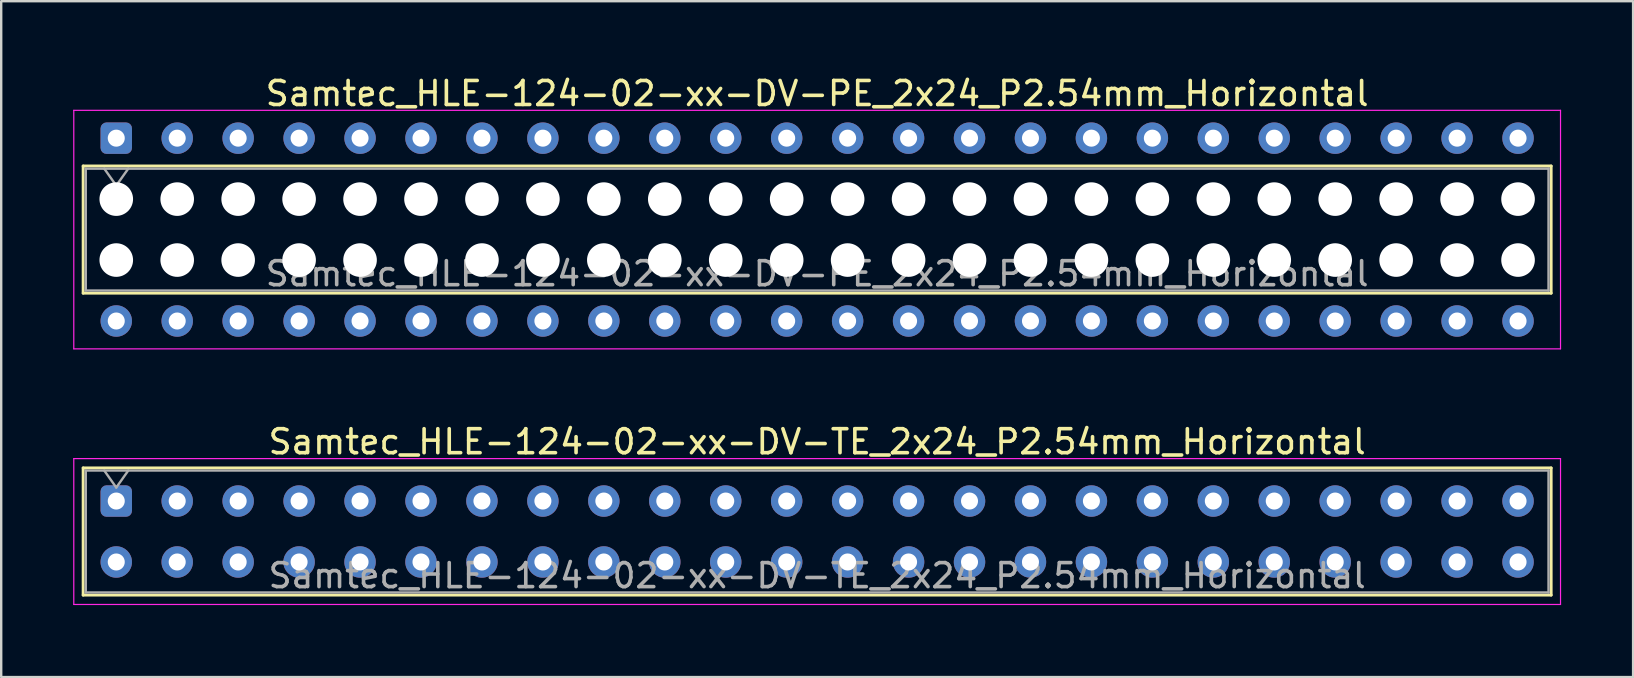
<source format=kicad_pcb>
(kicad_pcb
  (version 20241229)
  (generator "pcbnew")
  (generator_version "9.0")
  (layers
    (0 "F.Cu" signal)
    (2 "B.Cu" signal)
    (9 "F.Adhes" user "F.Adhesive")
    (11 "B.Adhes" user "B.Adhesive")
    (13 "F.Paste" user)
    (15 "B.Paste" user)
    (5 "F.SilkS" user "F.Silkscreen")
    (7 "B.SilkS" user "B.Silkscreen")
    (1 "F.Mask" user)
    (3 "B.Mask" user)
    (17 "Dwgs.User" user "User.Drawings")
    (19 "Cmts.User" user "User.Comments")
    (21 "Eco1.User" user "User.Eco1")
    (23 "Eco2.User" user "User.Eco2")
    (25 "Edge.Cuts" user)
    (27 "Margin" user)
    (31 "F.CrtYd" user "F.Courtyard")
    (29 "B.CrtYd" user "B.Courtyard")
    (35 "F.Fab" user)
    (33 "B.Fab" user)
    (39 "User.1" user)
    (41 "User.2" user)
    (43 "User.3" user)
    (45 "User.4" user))
  (footprint "Samtec_HLE-124-02-xx-DV-PE_2x24_P2.54mm_Horizontal"
    (layer "F.Cu")
    (at 1.795 2.708)
    (property "Reference" "Samtec_HLE-124-02-xx-DV-PE_2x24_P2.54mm_Horizontal" (at 29.21 -1.86 0) (layer "F.SilkS") (effects (font (size 1 1) (thickness 0.15))))
    (attr through_hole)
    (fp_line (start -1.38 1.16) (end 59.8 1.16) (stroke (width 0.12) (type solid)) (layer "F.SilkS"))
    (fp_line (start -1.38 6.46) (end -1.38 1.16) (stroke (width 0.12) (type solid)) (layer "F.SilkS"))
    (fp_line (start 59.8 1.16) (end 59.8 6.46) (stroke (width 0.12) (type solid)) (layer "F.SilkS"))
    (fp_line (start 59.8 6.46) (end -1.38 6.46) (stroke (width 0.12) (type solid)) (layer "F.SilkS"))
    (fp_line (start -1.77 -1.16) (end 60.19 -1.16) (stroke (width 0.05) (type solid)) (layer "F.CrtYd"))
    (fp_line (start -1.77 8.78) (end -1.77 -1.16) (stroke (width 0.05) (type solid)) (layer "F.CrtYd"))
    (fp_line (start 60.19 -1.16) (end 60.19 8.78) (stroke (width 0.05) (type solid)) (layer "F.CrtYd"))
    (fp_line (start 60.19 8.78) (end -1.77 8.78) (stroke (width 0.05) (type solid)) (layer "F.CrtYd"))
    (fp_line (start -1.27 1.27) (end 59.69 1.27) (stroke (width 0.1) (type solid)) (layer "F.Fab"))
    (fp_line (start -1.27 6.35) (end -1.27 1.27) (stroke (width 0.1) (type solid)) (layer "F.Fab"))
    (fp_line (start -0.5 1.27) (end 0 1.977) (stroke (width 0.1) (type solid)) (layer "F.Fab"))
    (fp_line (start 0 1.977) (end 0.5 1.27) (stroke (width 0.1) (type solid)) (layer "F.Fab"))
    (fp_line (start 59.69 1.27) (end 59.69 6.35) (stroke (width 0.1) (type solid)) (layer "F.Fab"))
    (fp_line (start 59.69 6.35) (end -1.27 6.35) (stroke (width 0.1) (type solid)) (layer "F.Fab"))
    (fp_text user "${REFERENCE}" (at 29.21 5.65 0) (layer "F.Fab") (effects (font (size 1 1) (thickness 0.15))))
    (pad "" np_thru_hole circle (at 0 2.54) (size 1.4 1.4) (drill 1.4) (layers "*.Cu" "*.Mask"))
    (pad "" np_thru_hole circle (at 0 5.08) (size 1.4 1.4) (drill 1.4) (layers "*.Cu" "*.Mask"))
    (pad "" np_thru_hole circle (at 2.54 2.54) (size 1.4 1.4) (drill 1.4) (layers "*.Cu" "*.Mask"))
    (pad "" np_thru_hole circle (at 2.54 5.08) (size 1.4 1.4) (drill 1.4) (layers "*.Cu" "*.Mask"))
    (pad "" np_thru_hole circle (at 5.08 2.54) (size 1.4 1.4) (drill 1.4) (layers "*.Cu" "*.Mask"))
    (pad "" np_thru_hole circle (at 5.08 5.08) (size 1.4 1.4) (drill 1.4) (layers "*.Cu" "*.Mask"))
    (pad "" np_thru_hole circle (at 7.62 2.54) (size 1.4 1.4) (drill 1.4) (layers "*.Cu" "*.Mask"))
    (pad "" np_thru_hole circle (at 7.62 5.08) (size 1.4 1.4) (drill 1.4) (layers "*.Cu" "*.Mask"))
    (pad "" np_thru_hole circle (at 10.16 2.54) (size 1.4 1.4) (drill 1.4) (layers "*.Cu" "*.Mask"))
    (pad "" np_thru_hole circle (at 10.16 5.08) (size 1.4 1.4) (drill 1.4) (layers "*.Cu" "*.Mask"))
    (pad "" np_thru_hole circle (at 12.7 2.54) (size 1.4 1.4) (drill 1.4) (layers "*.Cu" "*.Mask"))
    (pad "" np_thru_hole circle (at 12.7 5.08) (size 1.4 1.4) (drill 1.4) (layers "*.Cu" "*.Mask"))
    (pad "" np_thru_hole circle (at 15.24 2.54) (size 1.4 1.4) (drill 1.4) (layers "*.Cu" "*.Mask"))
    (pad "" np_thru_hole circle (at 15.24 5.08) (size 1.4 1.4) (drill 1.4) (layers "*.Cu" "*.Mask"))
    (pad "" np_thru_hole circle (at 17.78 2.54) (size 1.4 1.4) (drill 1.4) (layers "*.Cu" "*.Mask"))
    (pad "" np_thru_hole circle (at 17.78 5.08) (size 1.4 1.4) (drill 1.4) (layers "*.Cu" "*.Mask"))
    (pad "" np_thru_hole circle (at 20.32 2.54) (size 1.4 1.4) (drill 1.4) (layers "*.Cu" "*.Mask"))
    (pad "" np_thru_hole circle (at 20.32 5.08) (size 1.4 1.4) (drill 1.4) (layers "*.Cu" "*.Mask"))
    (pad "" np_thru_hole circle (at 22.86 2.54) (size 1.4 1.4) (drill 1.4) (layers "*.Cu" "*.Mask"))
    (pad "" np_thru_hole circle (at 22.86 5.08) (size 1.4 1.4) (drill 1.4) (layers "*.Cu" "*.Mask"))
    (pad "" np_thru_hole circle (at 25.4 2.54) (size 1.4 1.4) (drill 1.4) (layers "*.Cu" "*.Mask"))
    (pad "" np_thru_hole circle (at 25.4 5.08) (size 1.4 1.4) (drill 1.4) (layers "*.Cu" "*.Mask"))
    (pad "" np_thru_hole circle (at 27.94 2.54) (size 1.4 1.4) (drill 1.4) (layers "*.Cu" "*.Mask"))
    (pad "" np_thru_hole circle (at 27.94 5.08) (size 1.4 1.4) (drill 1.4) (layers "*.Cu" "*.Mask"))
    (pad "" np_thru_hole circle (at 30.48 2.54) (size 1.4 1.4) (drill 1.4) (layers "*.Cu" "*.Mask"))
    (pad "" np_thru_hole circle (at 30.48 5.08) (size 1.4 1.4) (drill 1.4) (layers "*.Cu" "*.Mask"))
    (pad "" np_thru_hole circle (at 33.02 2.54) (size 1.4 1.4) (drill 1.4) (layers "*.Cu" "*.Mask"))
    (pad "" np_thru_hole circle (at 33.02 5.08) (size 1.4 1.4) (drill 1.4) (layers "*.Cu" "*.Mask"))
    (pad "" np_thru_hole circle (at 35.56 2.54) (size 1.4 1.4) (drill 1.4) (layers "*.Cu" "*.Mask"))
    (pad "" np_thru_hole circle (at 35.56 5.08) (size 1.4 1.4) (drill 1.4) (layers "*.Cu" "*.Mask"))
    (pad "" np_thru_hole circle (at 38.1 2.54) (size 1.4 1.4) (drill 1.4) (layers "*.Cu" "*.Mask"))
    (pad "" np_thru_hole circle (at 38.1 5.08) (size 1.4 1.4) (drill 1.4) (layers "*.Cu" "*.Mask"))
    (pad "" np_thru_hole circle (at 40.64 2.54) (size 1.4 1.4) (drill 1.4) (layers "*.Cu" "*.Mask"))
    (pad "" np_thru_hole circle (at 40.64 5.08) (size 1.4 1.4) (drill 1.4) (layers "*.Cu" "*.Mask"))
    (pad "" np_thru_hole circle (at 43.18 2.54) (size 1.4 1.4) (drill 1.4) (layers "*.Cu" "*.Mask"))
    (pad "" np_thru_hole circle (at 43.18 5.08) (size 1.4 1.4) (drill 1.4) (layers "*.Cu" "*.Mask"))
    (pad "" np_thru_hole circle (at 45.72 2.54) (size 1.4 1.4) (drill 1.4) (layers "*.Cu" "*.Mask"))
    (pad "" np_thru_hole circle (at 45.72 5.08) (size 1.4 1.4) (drill 1.4) (layers "*.Cu" "*.Mask"))
    (pad "" np_thru_hole circle (at 48.26 2.54) (size 1.4 1.4) (drill 1.4) (layers "*.Cu" "*.Mask"))
    (pad "" np_thru_hole circle (at 48.26 5.08) (size 1.4 1.4) (drill 1.4) (layers "*.Cu" "*.Mask"))
    (pad "" np_thru_hole circle (at 50.8 2.54) (size 1.4 1.4) (drill 1.4) (layers "*.Cu" "*.Mask"))
    (pad "" np_thru_hole circle (at 50.8 5.08) (size 1.4 1.4) (drill 1.4) (layers "*.Cu" "*.Mask"))
    (pad "" np_thru_hole circle (at 53.34 2.54) (size 1.4 1.4) (drill 1.4) (layers "*.Cu" "*.Mask"))
    (pad "" np_thru_hole circle (at 53.34 5.08) (size 1.4 1.4) (drill 1.4) (layers "*.Cu" "*.Mask"))
    (pad "" np_thru_hole circle (at 55.88 2.54) (size 1.4 1.4) (drill 1.4) (layers "*.Cu" "*.Mask"))
    (pad "" np_thru_hole circle (at 55.88 5.08) (size 1.4 1.4) (drill 1.4) (layers "*.Cu" "*.Mask"))
    (pad "" np_thru_hole circle (at 58.42 2.54) (size 1.4 1.4) (drill 1.4) (layers "*.Cu" "*.Mask"))
    (pad "" np_thru_hole circle (at 58.42 5.08) (size 1.4 1.4) (drill 1.4) (layers "*.Cu" "*.Mask"))
    (pad "1" thru_hole roundrect (at 0 0) (size 1.31 1.31) (drill 0.71) (layers "*.Cu" "*.Mask") (roundrect_rratio 0.191))
    (pad "2" thru_hole circle (at 0 7.62) (size 1.31 1.31) (drill 0.71) (layers "*.Cu" "*.Mask"))
    (pad "3" thru_hole circle (at 2.54 0) (size 1.31 1.31) (drill 0.71) (layers "*.Cu" "*.Mask"))
    (pad "4" thru_hole circle (at 2.54 7.62) (size 1.31 1.31) (drill 0.71) (layers "*.Cu" "*.Mask"))
    (pad "5" thru_hole circle (at 5.08 0) (size 1.31 1.31) (drill 0.71) (layers "*.Cu" "*.Mask"))
    (pad "6" thru_hole circle (at 5.08 7.62) (size 1.31 1.31) (drill 0.71) (layers "*.Cu" "*.Mask"))
    (pad "7" thru_hole circle (at 7.62 0) (size 1.31 1.31) (drill 0.71) (layers "*.Cu" "*.Mask"))
    (pad "8" thru_hole circle (at 7.62 7.62) (size 1.31 1.31) (drill 0.71) (layers "*.Cu" "*.Mask"))
    (pad "9" thru_hole circle (at 10.16 0) (size 1.31 1.31) (drill 0.71) (layers "*.Cu" "*.Mask"))
    (pad "10" thru_hole circle (at 10.16 7.62) (size 1.31 1.31) (drill 0.71) (layers "*.Cu" "*.Mask"))
    (pad "11" thru_hole circle (at 12.7 0) (size 1.31 1.31) (drill 0.71) (layers "*.Cu" "*.Mask"))
    (pad "12" thru_hole circle (at 12.7 7.62) (size 1.31 1.31) (drill 0.71) (layers "*.Cu" "*.Mask"))
    (pad "13" thru_hole circle (at 15.24 0) (size 1.31 1.31) (drill 0.71) (layers "*.Cu" "*.Mask"))
    (pad "14" thru_hole circle (at 15.24 7.62) (size 1.31 1.31) (drill 0.71) (layers "*.Cu" "*.Mask"))
    (pad "15" thru_hole circle (at 17.78 0) (size 1.31 1.31) (drill 0.71) (layers "*.Cu" "*.Mask"))
    (pad "16" thru_hole circle (at 17.78 7.62) (size 1.31 1.31) (drill 0.71) (layers "*.Cu" "*.Mask"))
    (pad "17" thru_hole circle (at 20.32 0) (size 1.31 1.31) (drill 0.71) (layers "*.Cu" "*.Mask"))
    (pad "18" thru_hole circle (at 20.32 7.62) (size 1.31 1.31) (drill 0.71) (layers "*.Cu" "*.Mask"))
    (pad "19" thru_hole circle (at 22.86 0) (size 1.31 1.31) (drill 0.71) (layers "*.Cu" "*.Mask"))
    (pad "20" thru_hole circle (at 22.86 7.62) (size 1.31 1.31) (drill 0.71) (layers "*.Cu" "*.Mask"))
    (pad "21" thru_hole circle (at 25.4 0) (size 1.31 1.31) (drill 0.71) (layers "*.Cu" "*.Mask"))
    (pad "22" thru_hole circle (at 25.4 7.62) (size 1.31 1.31) (drill 0.71) (layers "*.Cu" "*.Mask"))
    (pad "23" thru_hole circle (at 27.94 0) (size 1.31 1.31) (drill 0.71) (layers "*.Cu" "*.Mask"))
    (pad "24" thru_hole circle (at 27.94 7.62) (size 1.31 1.31) (drill 0.71) (layers "*.Cu" "*.Mask"))
    (pad "25" thru_hole circle (at 30.48 0) (size 1.31 1.31) (drill 0.71) (layers "*.Cu" "*.Mask"))
    (pad "26" thru_hole circle (at 30.48 7.62) (size 1.31 1.31) (drill 0.71) (layers "*.Cu" "*.Mask"))
    (pad "27" thru_hole circle (at 33.02 0) (size 1.31 1.31) (drill 0.71) (layers "*.Cu" "*.Mask"))
    (pad "28" thru_hole circle (at 33.02 7.62) (size 1.31 1.31) (drill 0.71) (layers "*.Cu" "*.Mask"))
    (pad "29" thru_hole circle (at 35.56 0) (size 1.31 1.31) (drill 0.71) (layers "*.Cu" "*.Mask"))
    (pad "30" thru_hole circle (at 35.56 7.62) (size 1.31 1.31) (drill 0.71) (layers "*.Cu" "*.Mask"))
    (pad "31" thru_hole circle (at 38.1 0) (size 1.31 1.31) (drill 0.71) (layers "*.Cu" "*.Mask"))
    (pad "32" thru_hole circle (at 38.1 7.62) (size 1.31 1.31) (drill 0.71) (layers "*.Cu" "*.Mask"))
    (pad "33" thru_hole circle (at 40.64 0) (size 1.31 1.31) (drill 0.71) (layers "*.Cu" "*.Mask"))
    (pad "34" thru_hole circle (at 40.64 7.62) (size 1.31 1.31) (drill 0.71) (layers "*.Cu" "*.Mask"))
    (pad "35" thru_hole circle (at 43.18 0) (size 1.31 1.31) (drill 0.71) (layers "*.Cu" "*.Mask"))
    (pad "36" thru_hole circle (at 43.18 7.62) (size 1.31 1.31) (drill 0.71) (layers "*.Cu" "*.Mask"))
    (pad "37" thru_hole circle (at 45.72 0) (size 1.31 1.31) (drill 0.71) (layers "*.Cu" "*.Mask"))
    (pad "38" thru_hole circle (at 45.72 7.62) (size 1.31 1.31) (drill 0.71) (layers "*.Cu" "*.Mask"))
    (pad "39" thru_hole circle (at 48.26 0) (size 1.31 1.31) (drill 0.71) (layers "*.Cu" "*.Mask"))
    (pad "40" thru_hole circle (at 48.26 7.62) (size 1.31 1.31) (drill 0.71) (layers "*.Cu" "*.Mask"))
    (pad "41" thru_hole circle (at 50.8 0) (size 1.31 1.31) (drill 0.71) (layers "*.Cu" "*.Mask"))
    (pad "42" thru_hole circle (at 50.8 7.62) (size 1.31 1.31) (drill 0.71) (layers "*.Cu" "*.Mask"))
    (pad "43" thru_hole circle (at 53.34 0) (size 1.31 1.31) (drill 0.71) (layers "*.Cu" "*.Mask"))
    (pad "44" thru_hole circle (at 53.34 7.62) (size 1.31 1.31) (drill 0.71) (layers "*.Cu" "*.Mask"))
    (pad "45" thru_hole circle (at 55.88 0) (size 1.31 1.31) (drill 0.71) (layers "*.Cu" "*.Mask"))
    (pad "46" thru_hole circle (at 55.88 7.62) (size 1.31 1.31) (drill 0.71) (layers "*.Cu" "*.Mask"))
    (pad "47" thru_hole circle (at 58.42 0) (size 1.31 1.31) (drill 0.71) (layers "*.Cu" "*.Mask"))
    (pad "48" thru_hole circle (at 58.42 7.62) (size 1.31 1.31) (drill 0.71) (layers "*.Cu" "*.Mask")))
  (footprint "Samtec_HLE-124-02-xx-DV-TE_2x24_P2.54mm_Horizontal"
    (layer "F.Cu")
    (at 1.795 17.831)
    (property "Reference" "Samtec_HLE-124-02-xx-DV-TE_2x24_P2.54mm_Horizontal" (at 29.21 -2.47 0) (layer "F.SilkS") (effects (font (size 1 1) (thickness 0.15))))
    (attr through_hole)
    (fp_line (start -1.38 -1.38) (end 59.8 -1.38) (stroke (width 0.12) (type solid)) (layer "F.SilkS"))
    (fp_line (start -1.38 3.92) (end -1.38 -1.38) (stroke (width 0.12) (type solid)) (layer "F.SilkS"))
    (fp_line (start 59.8 -1.38) (end 59.8 3.92) (stroke (width 0.12) (type solid)) (layer "F.SilkS"))
    (fp_line (start 59.8 3.92) (end -1.38 3.92) (stroke (width 0.12) (type solid)) (layer "F.SilkS"))
    (fp_line (start -1.77 -1.77) (end 60.19 -1.77) (stroke (width 0.05) (type solid)) (layer "F.CrtYd"))
    (fp_line (start -1.77 4.31) (end -1.77 -1.77) (stroke (width 0.05) (type solid)) (layer "F.CrtYd"))
    (fp_line (start 60.19 -1.77) (end 60.19 4.31) (stroke (width 0.05) (type solid)) (layer "F.CrtYd"))
    (fp_line (start 60.19 4.31) (end -1.77 4.31) (stroke (width 0.05) (type solid)) (layer "F.CrtYd"))
    (fp_line (start -1.27 -1.27) (end 59.69 -1.27) (stroke (width 0.1) (type solid)) (layer "F.Fab"))
    (fp_line (start -1.27 3.81) (end -1.27 -1.27) (stroke (width 0.1) (type solid)) (layer "F.Fab"))
    (fp_line (start -0.5 -1.27) (end 0 -0.563) (stroke (width 0.1) (type solid)) (layer "F.Fab"))
    (fp_line (start 0 -0.563) (end 0.5 -1.27) (stroke (width 0.1) (type solid)) (layer "F.Fab"))
    (fp_line (start 59.69 -1.27) (end 59.69 3.81) (stroke (width 0.1) (type solid)) (layer "F.Fab"))
    (fp_line (start 59.69 3.81) (end -1.27 3.81) (stroke (width 0.1) (type solid)) (layer "F.Fab"))
    (fp_text user "${REFERENCE}" (at 29.21 3.11 0) (layer "F.Fab") (effects (font (size 1 1) (thickness 0.15))))
    (pad "1" thru_hole roundrect (at 0 0) (size 1.31 1.31) (drill 0.71) (layers "*.Cu" "*.Mask") (roundrect_rratio 0.191))
    (pad "2" thru_hole circle (at 0 2.54) (size 1.31 1.31) (drill 0.71) (layers "*.Cu" "*.Mask"))
    (pad "3" thru_hole circle (at 2.54 0) (size 1.31 1.31) (drill 0.71) (layers "*.Cu" "*.Mask"))
    (pad "4" thru_hole circle (at 2.54 2.54) (size 1.31 1.31) (drill 0.71) (layers "*.Cu" "*.Mask"))
    (pad "5" thru_hole circle (at 5.08 0) (size 1.31 1.31) (drill 0.71) (layers "*.Cu" "*.Mask"))
    (pad "6" thru_hole circle (at 5.08 2.54) (size 1.31 1.31) (drill 0.71) (layers "*.Cu" "*.Mask"))
    (pad "7" thru_hole circle (at 7.62 0) (size 1.31 1.31) (drill 0.71) (layers "*.Cu" "*.Mask"))
    (pad "8" thru_hole circle (at 7.62 2.54) (size 1.31 1.31) (drill 0.71) (layers "*.Cu" "*.Mask"))
    (pad "9" thru_hole circle (at 10.16 0) (size 1.31 1.31) (drill 0.71) (layers "*.Cu" "*.Mask"))
    (pad "10" thru_hole circle (at 10.16 2.54) (size 1.31 1.31) (drill 0.71) (layers "*.Cu" "*.Mask"))
    (pad "11" thru_hole circle (at 12.7 0) (size 1.31 1.31) (drill 0.71) (layers "*.Cu" "*.Mask"))
    (pad "12" thru_hole circle (at 12.7 2.54) (size 1.31 1.31) (drill 0.71) (layers "*.Cu" "*.Mask"))
    (pad "13" thru_hole circle (at 15.24 0) (size 1.31 1.31) (drill 0.71) (layers "*.Cu" "*.Mask"))
    (pad "14" thru_hole circle (at 15.24 2.54) (size 1.31 1.31) (drill 0.71) (layers "*.Cu" "*.Mask"))
    (pad "15" thru_hole circle (at 17.78 0) (size 1.31 1.31) (drill 0.71) (layers "*.Cu" "*.Mask"))
    (pad "16" thru_hole circle (at 17.78 2.54) (size 1.31 1.31) (drill 0.71) (layers "*.Cu" "*.Mask"))
    (pad "17" thru_hole circle (at 20.32 0) (size 1.31 1.31) (drill 0.71) (layers "*.Cu" "*.Mask"))
    (pad "18" thru_hole circle (at 20.32 2.54) (size 1.31 1.31) (drill 0.71) (layers "*.Cu" "*.Mask"))
    (pad "19" thru_hole circle (at 22.86 0) (size 1.31 1.31) (drill 0.71) (layers "*.Cu" "*.Mask"))
    (pad "20" thru_hole circle (at 22.86 2.54) (size 1.31 1.31) (drill 0.71) (layers "*.Cu" "*.Mask"))
    (pad "21" thru_hole circle (at 25.4 0) (size 1.31 1.31) (drill 0.71) (layers "*.Cu" "*.Mask"))
    (pad "22" thru_hole circle (at 25.4 2.54) (size 1.31 1.31) (drill 0.71) (layers "*.Cu" "*.Mask"))
    (pad "23" thru_hole circle (at 27.94 0) (size 1.31 1.31) (drill 0.71) (layers "*.Cu" "*.Mask"))
    (pad "24" thru_hole circle (at 27.94 2.54) (size 1.31 1.31) (drill 0.71) (layers "*.Cu" "*.Mask"))
    (pad "25" thru_hole circle (at 30.48 0) (size 1.31 1.31) (drill 0.71) (layers "*.Cu" "*.Mask"))
    (pad "26" thru_hole circle (at 30.48 2.54) (size 1.31 1.31) (drill 0.71) (layers "*.Cu" "*.Mask"))
    (pad "27" thru_hole circle (at 33.02 0) (size 1.31 1.31) (drill 0.71) (layers "*.Cu" "*.Mask"))
    (pad "28" thru_hole circle (at 33.02 2.54) (size 1.31 1.31) (drill 0.71) (layers "*.Cu" "*.Mask"))
    (pad "29" thru_hole circle (at 35.56 0) (size 1.31 1.31) (drill 0.71) (layers "*.Cu" "*.Mask"))
    (pad "30" thru_hole circle (at 35.56 2.54) (size 1.31 1.31) (drill 0.71) (layers "*.Cu" "*.Mask"))
    (pad "31" thru_hole circle (at 38.1 0) (size 1.31 1.31) (drill 0.71) (layers "*.Cu" "*.Mask"))
    (pad "32" thru_hole circle (at 38.1 2.54) (size 1.31 1.31) (drill 0.71) (layers "*.Cu" "*.Mask"))
    (pad "33" thru_hole circle (at 40.64 0) (size 1.31 1.31) (drill 0.71) (layers "*.Cu" "*.Mask"))
    (pad "34" thru_hole circle (at 40.64 2.54) (size 1.31 1.31) (drill 0.71) (layers "*.Cu" "*.Mask"))
    (pad "35" thru_hole circle (at 43.18 0) (size 1.31 1.31) (drill 0.71) (layers "*.Cu" "*.Mask"))
    (pad "36" thru_hole circle (at 43.18 2.54) (size 1.31 1.31) (drill 0.71) (layers "*.Cu" "*.Mask"))
    (pad "37" thru_hole circle (at 45.72 0) (size 1.31 1.31) (drill 0.71) (layers "*.Cu" "*.Mask"))
    (pad "38" thru_hole circle (at 45.72 2.54) (size 1.31 1.31) (drill 0.71) (layers "*.Cu" "*.Mask"))
    (pad "39" thru_hole circle (at 48.26 0) (size 1.31 1.31) (drill 0.71) (layers "*.Cu" "*.Mask"))
    (pad "40" thru_hole circle (at 48.26 2.54) (size 1.31 1.31) (drill 0.71) (layers "*.Cu" "*.Mask"))
    (pad "41" thru_hole circle (at 50.8 0) (size 1.31 1.31) (drill 0.71) (layers "*.Cu" "*.Mask"))
    (pad "42" thru_hole circle (at 50.8 2.54) (size 1.31 1.31) (drill 0.71) (layers "*.Cu" "*.Mask"))
    (pad "43" thru_hole circle (at 53.34 0) (size 1.31 1.31) (drill 0.71) (layers "*.Cu" "*.Mask"))
    (pad "44" thru_hole circle (at 53.34 2.54) (size 1.31 1.31) (drill 0.71) (layers "*.Cu" "*.Mask"))
    (pad "45" thru_hole circle (at 55.88 0) (size 1.31 1.31) (drill 0.71) (layers "*.Cu" "*.Mask"))
    (pad "46" thru_hole circle (at 55.88 2.54) (size 1.31 1.31) (drill 0.71) (layers "*.Cu" "*.Mask"))
    (pad "47" thru_hole circle (at 58.42 0) (size 1.31 1.31) (drill 0.71) (layers "*.Cu" "*.Mask"))
    (pad "48" thru_hole circle (at 58.42 2.54) (size 1.31 1.31) (drill 0.71) (layers "*.Cu" "*.Mask")))
  (gr_rect
    (start -3 -3)
    (end 65.01 25.166)
    (stroke (width 0.1) (type default))
    (fill no)
    (layer "Edge.Cuts")))
</source>
